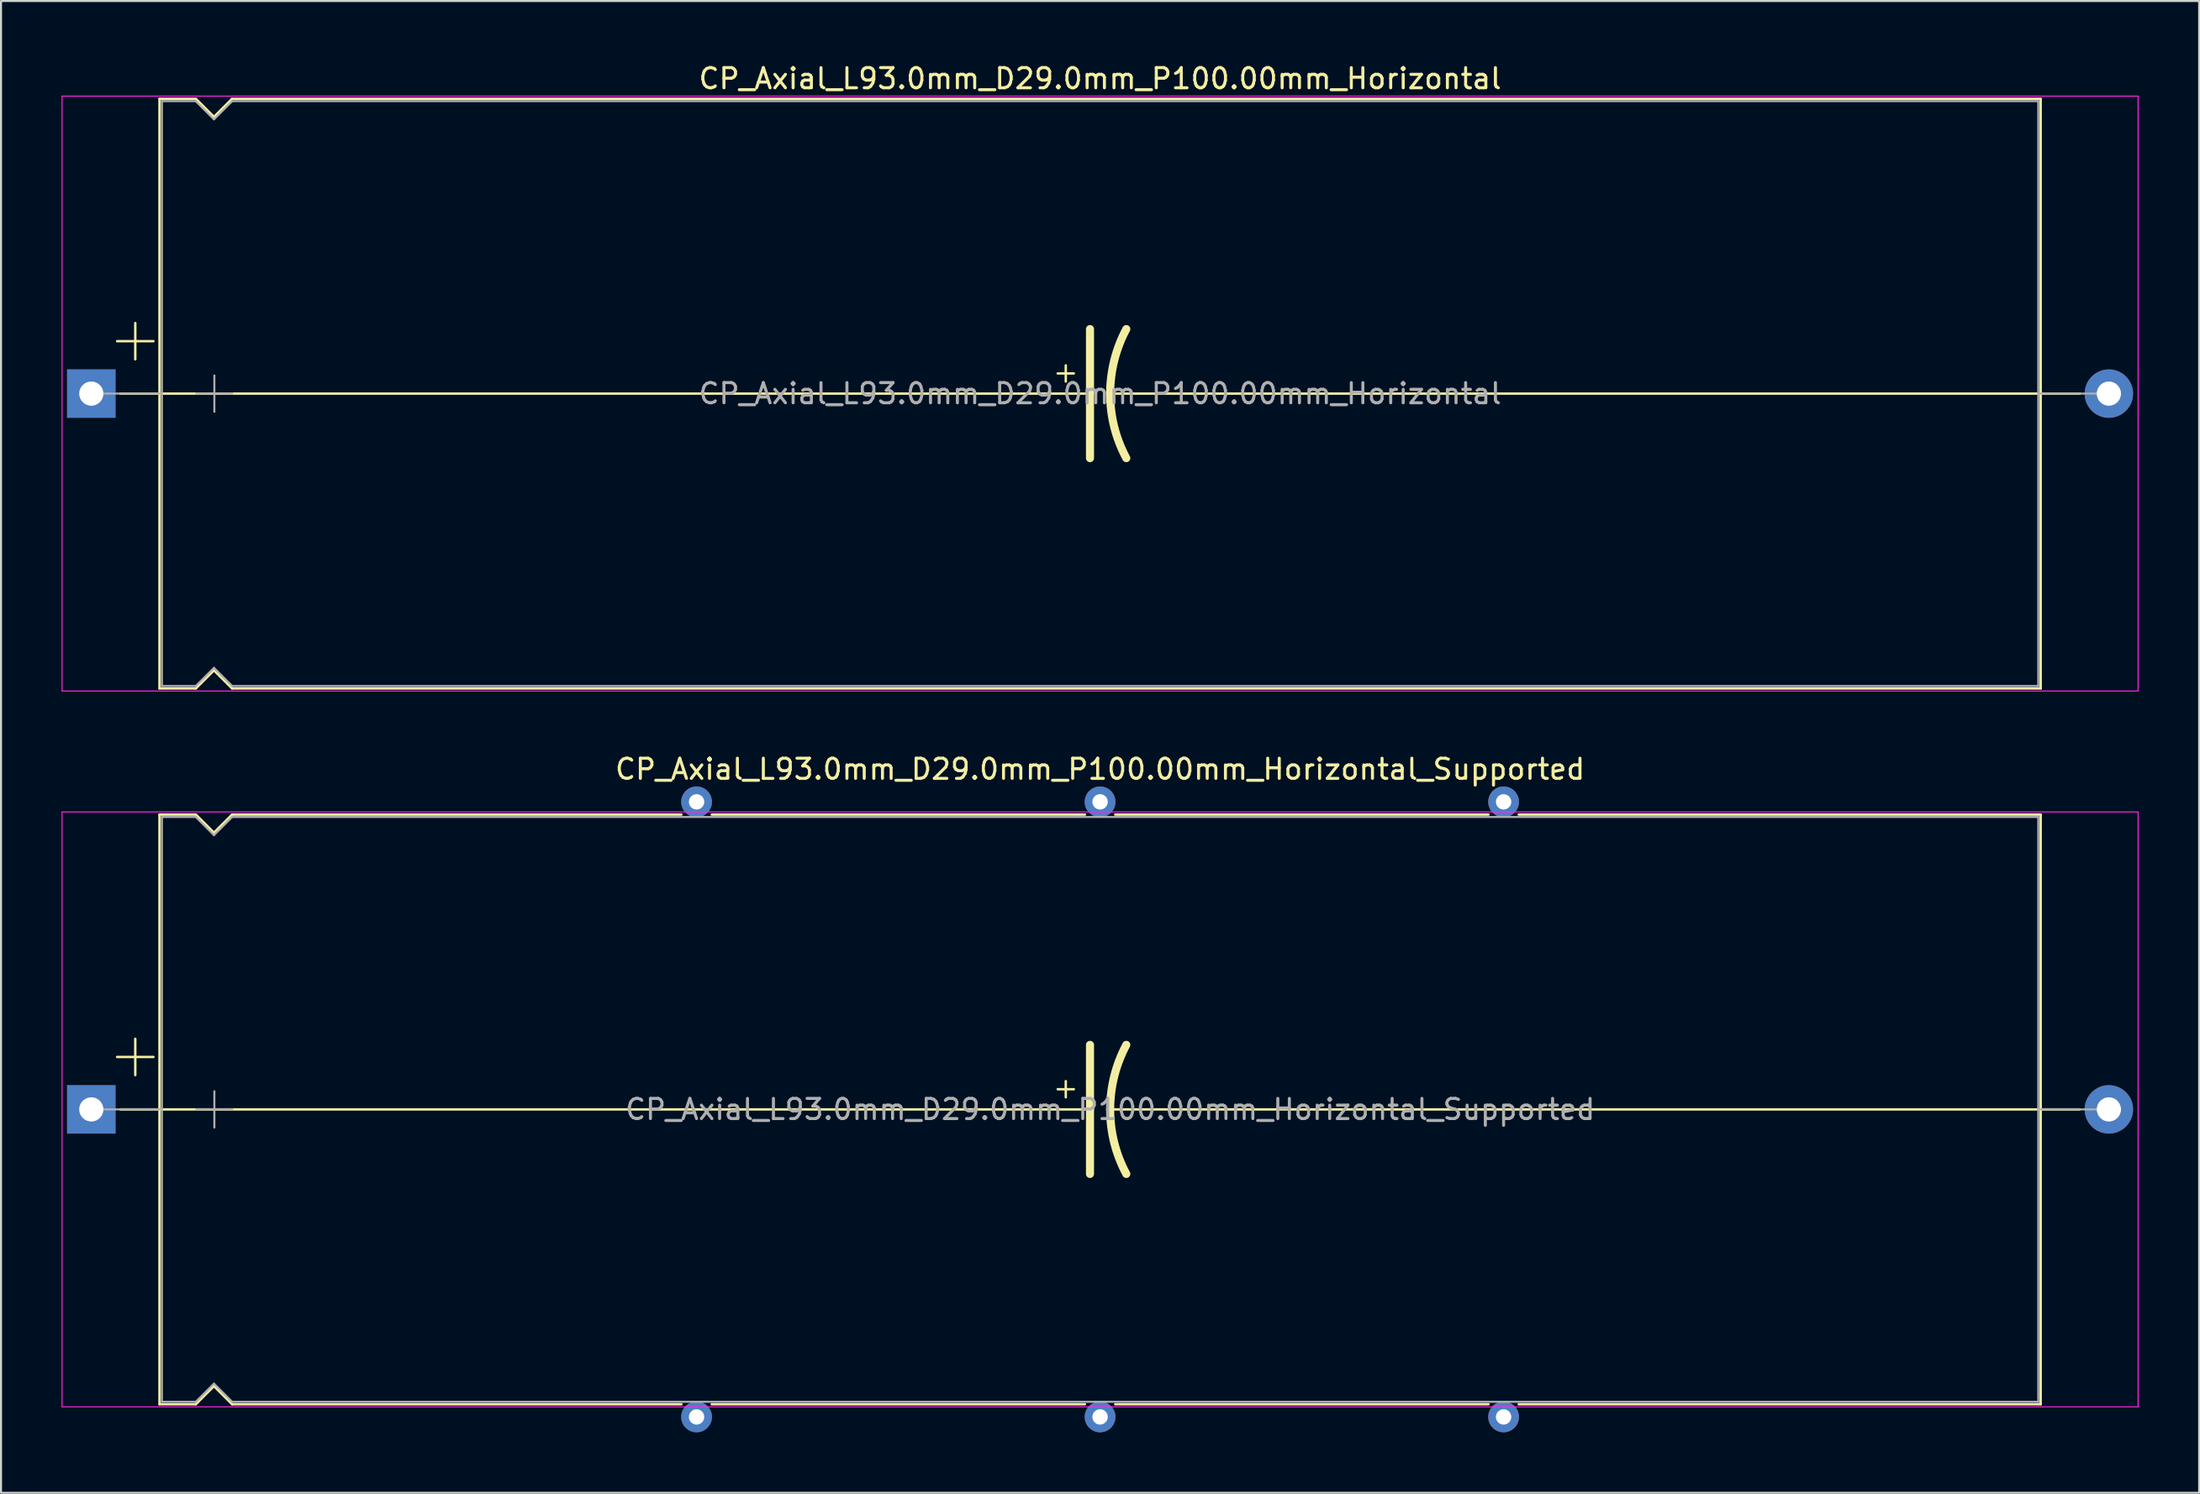
<source format=kicad_pcb>
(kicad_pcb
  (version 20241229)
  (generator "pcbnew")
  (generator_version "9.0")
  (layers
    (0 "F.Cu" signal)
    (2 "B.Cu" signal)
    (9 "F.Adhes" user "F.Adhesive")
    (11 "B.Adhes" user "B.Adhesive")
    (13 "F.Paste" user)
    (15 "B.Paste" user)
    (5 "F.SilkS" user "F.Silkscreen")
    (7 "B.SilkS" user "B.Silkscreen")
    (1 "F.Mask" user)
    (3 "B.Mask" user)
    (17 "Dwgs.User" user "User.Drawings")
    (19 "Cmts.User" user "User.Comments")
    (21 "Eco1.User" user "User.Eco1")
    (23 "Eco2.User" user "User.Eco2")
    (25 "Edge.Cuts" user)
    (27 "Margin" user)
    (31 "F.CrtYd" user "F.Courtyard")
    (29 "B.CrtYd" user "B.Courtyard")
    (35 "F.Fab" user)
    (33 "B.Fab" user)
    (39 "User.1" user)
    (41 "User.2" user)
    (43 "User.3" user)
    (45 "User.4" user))
  (footprint "CP_Axial_L93.0mm_D29.0mm_P100.00mm_Horizontal"
    (layer "F.Cu")
    (at 1.475 16.468)
    (property "Reference" "CP_Axial_L93.0mm_D29.0mm_P100.00mm_Horizontal" (at 50 -15.62 0) (layer "F.SilkS") (effects (font (size 1 1) (thickness 0.15))))
    (attr through_hole)
    (fp_line (start 1.28 -2.6) (end 3.08 -2.6) (stroke (width 0.12) (type solid)) (layer "F.SilkS"))
    (fp_line (start 1.44 0) (end 3.38 0) (stroke (width 0.12) (type solid)) (layer "F.SilkS"))
    (fp_line (start 2.18 -3.5) (end 2.18 -1.7) (stroke (width 0.12) (type solid)) (layer "F.SilkS"))
    (fp_line (start 3.38 -14.62) (end 3.38 14.62) (stroke (width 0.12) (type solid)) (layer "F.SilkS"))
    (fp_line (start 3.38 -14.62) (end 5.18 -14.62) (stroke (width 0.12) (type solid)) (layer "F.SilkS"))
    (fp_line (start 3.38 0) (end 49.5 0) (stroke (width 0.12) (type solid)) (layer "F.SilkS"))
    (fp_line (start 3.38 14.62) (end 5.18 14.62) (stroke (width 0.12) (type solid)) (layer "F.SilkS"))
    (fp_line (start 5.18 -14.62) (end 6.08 -13.72) (stroke (width 0.12) (type solid)) (layer "F.SilkS"))
    (fp_line (start 5.18 14.62) (end 6.08 13.72) (stroke (width 0.12) (type solid)) (layer "F.SilkS"))
    (fp_line (start 6.08 -13.72) (end 6.98 -14.62) (stroke (width 0.12) (type solid)) (layer "F.SilkS"))
    (fp_line (start 6.08 13.72) (end 6.98 14.62) (stroke (width 0.12) (type solid)) (layer "F.SilkS"))
    (fp_line (start 6.98 -14.62) (end 96.62 -14.62) (stroke (width 0.12) (type solid)) (layer "F.SilkS"))
    (fp_line (start 6.98 14.62) (end 96.62 14.62) (stroke (width 0.12) (type solid)) (layer "F.SilkS"))
    (fp_line (start 47.9 -1) (end 48.7 -1) (stroke (width 0.12) (type solid)) (layer "F.SilkS"))
    (fp_line (start 48.3 -1.4) (end 48.3 -0.6) (stroke (width 0.12) (type solid)) (layer "F.SilkS"))
    (fp_line (start 49.5 0) (end 49.5 -3.2) (stroke (width 0.4) (type solid)) (layer "F.SilkS"))
    (fp_line (start 49.5 0) (end 49.5 3.2) (stroke (width 0.4) (type solid)) (layer "F.SilkS"))
    (fp_line (start 96.62 -14.62) (end 96.62 14.62) (stroke (width 0.12) (type solid)) (layer "F.SilkS"))
    (fp_line (start 96.62 0) (end 50.5 0) (stroke (width 0.12) (type solid)) (layer "F.SilkS"))
    (fp_line (start 98.56 0) (end 96.62 0) (stroke (width 0.12) (type solid)) (layer "F.SilkS"))
    (fp_arc (start 50.5 0) (mid 50.703546 -1.649113) (end 51.3 -3.2) (stroke (width 0.4) (type solid)) (layer "F.SilkS"))
    (fp_arc (start 51.3 3.2) (mid 50.700708 1.649824) (end 50.5 0) (stroke (width 0.4) (type solid)) (layer "F.SilkS"))
    (fp_line (start -1.45 -14.75) (end -1.45 14.75) (stroke (width 0.05) (type solid)) (layer "F.CrtYd"))
    (fp_line (start -1.45 14.75) (end 101.45 14.75) (stroke (width 0.05) (type solid)) (layer "F.CrtYd"))
    (fp_line (start 101.45 -14.75) (end -1.45 -14.75) (stroke (width 0.05) (type solid)) (layer "F.CrtYd"))
    (fp_line (start 101.45 14.75) (end 101.45 -14.75) (stroke (width 0.05) (type solid)) (layer "F.CrtYd"))
    (fp_line (start 0 0) (end 3.5 0) (stroke (width 0.1) (type solid)) (layer "F.Fab"))
    (fp_line (start 3.5 -14.5) (end 3.5 14.5) (stroke (width 0.1) (type solid)) (layer "F.Fab"))
    (fp_line (start 3.5 -14.5) (end 5.18 -14.5) (stroke (width 0.1) (type solid)) (layer "F.Fab"))
    (fp_line (start 3.5 14.5) (end 5.18 14.5) (stroke (width 0.1) (type solid)) (layer "F.Fab"))
    (fp_line (start 5.18 -14.5) (end 6.08 -13.6) (stroke (width 0.1) (type solid)) (layer "F.Fab"))
    (fp_line (start 5.18 14.5) (end 6.08 13.6) (stroke (width 0.1) (type solid)) (layer "F.Fab"))
    (fp_line (start 5.2 0) (end 7 0) (stroke (width 0.1) (type solid)) (layer "F.Fab"))
    (fp_line (start 6.08 -13.6) (end 6.98 -14.5) (stroke (width 0.1) (type solid)) (layer "F.Fab"))
    (fp_line (start 6.08 13.6) (end 6.98 14.5) (stroke (width 0.1) (type solid)) (layer "F.Fab"))
    (fp_line (start 6.1 -0.9) (end 6.1 0.9) (stroke (width 0.1) (type solid)) (layer "F.Fab"))
    (fp_line (start 6.98 -14.5) (end 96.5 -14.5) (stroke (width 0.1) (type solid)) (layer "F.Fab"))
    (fp_line (start 6.98 14.5) (end 96.5 14.5) (stroke (width 0.1) (type solid)) (layer "F.Fab"))
    (fp_line (start 96.5 -14.5) (end 96.5 14.5) (stroke (width 0.1) (type solid)) (layer "F.Fab"))
    (fp_line (start 100 0) (end 96.5 0) (stroke (width 0.1) (type solid)) (layer "F.Fab"))
    (fp_text user "${REFERENCE}" (at 50 0 0) (layer "F.Fab") (effects (font (size 1 1) (thickness 0.15))))
    (pad "1" thru_hole rect (at 0 0) (size 2.4 2.4) (drill 1.2) (layers "*.Cu" "*.Mask"))
    (pad "2" thru_hole oval (at 100 0) (size 2.4 2.4) (drill 1.2) (layers "*.Cu" "*.Mask")))
  (footprint "CP_Axial_L93.0mm_D29.0mm_P100.00mm_Horizontal_Supported"
    (layer "F.Cu")
    (at 1.475 51.962)
    (property "Reference" "CP_Axial_L93.0mm_D29.0mm_P100.00mm_Horizontal_Supported" (at 50 -16.87 0) (layer "F.SilkS") (effects (font (size 1 1) (thickness 0.15))))
    (attr through_hole)
    (fp_line (start 1.28 -2.6) (end 3.08 -2.6) (stroke (width 0.12) (type solid)) (layer "F.SilkS"))
    (fp_line (start 1.44 0) (end 3.38 0) (stroke (width 0.12) (type solid)) (layer "F.SilkS"))
    (fp_line (start 2.18 -3.5) (end 2.18 -1.7) (stroke (width 0.12) (type solid)) (layer "F.SilkS"))
    (fp_line (start 3.38 -14.62) (end 3.38 14.62) (stroke (width 0.12) (type solid)) (layer "F.SilkS"))
    (fp_line (start 3.38 -14.62) (end 5.18 -14.62) (stroke (width 0.12) (type solid)) (layer "F.SilkS"))
    (fp_line (start 3.38 0) (end 49.5 0) (stroke (width 0.12) (type solid)) (layer "F.SilkS"))
    (fp_line (start 3.38 14.62) (end 5.18 14.62) (stroke (width 0.12) (type solid)) (layer "F.SilkS"))
    (fp_line (start 5.18 -14.62) (end 6.08 -13.72) (stroke (width 0.12) (type solid)) (layer "F.SilkS"))
    (fp_line (start 5.18 14.62) (end 6.08 13.72) (stroke (width 0.12) (type solid)) (layer "F.SilkS"))
    (fp_line (start 6.08 -13.72) (end 6.98 -14.62) (stroke (width 0.12) (type solid)) (layer "F.SilkS"))
    (fp_line (start 6.08 13.72) (end 6.98 14.62) (stroke (width 0.12) (type solid)) (layer "F.SilkS"))
    (fp_line (start 6.98 -14.62) (end 29.25 -14.62) (stroke (width 0.12) (type solid)) (layer "F.SilkS"))
    (fp_line (start 6.98 14.62) (end 29.25 14.62) (stroke (width 0.12) (type solid)) (layer "F.SilkS"))
    (fp_line (start 30.75 -14.62) (end 49.25 -14.62) (stroke (width 0.12) (type solid)) (layer "F.SilkS"))
    (fp_line (start 30.75 14.62) (end 49.25 14.62) (stroke (width 0.12) (type solid)) (layer "F.SilkS"))
    (fp_line (start 47.9 -1) (end 48.7 -1) (stroke (width 0.12) (type solid)) (layer "F.SilkS"))
    (fp_line (start 48.3 -1.4) (end 48.3 -0.6) (stroke (width 0.12) (type solid)) (layer "F.SilkS"))
    (fp_line (start 49.5 0) (end 49.5 -3.2) (stroke (width 0.4) (type solid)) (layer "F.SilkS"))
    (fp_line (start 49.5 0) (end 49.5 3.2) (stroke (width 0.4) (type solid)) (layer "F.SilkS"))
    (fp_line (start 50.75 -14.62) (end 69.25 -14.62) (stroke (width 0.12) (type solid)) (layer "F.SilkS"))
    (fp_line (start 50.75 14.62) (end 69.25 14.62) (stroke (width 0.12) (type solid)) (layer "F.SilkS"))
    (fp_line (start 70.75 -14.62) (end 96.62 -14.62) (stroke (width 0.12) (type solid)) (layer "F.SilkS"))
    (fp_line (start 70.75 14.62) (end 96.62 14.62) (stroke (width 0.12) (type solid)) (layer "F.SilkS"))
    (fp_line (start 96.62 -14.62) (end 96.62 14.62) (stroke (width 0.12) (type solid)) (layer "F.SilkS"))
    (fp_line (start 96.62 0) (end 50.5 0) (stroke (width 0.12) (type solid)) (layer "F.SilkS"))
    (fp_line (start 98.56 0) (end 96.62 0) (stroke (width 0.12) (type solid)) (layer "F.SilkS"))
    (fp_arc (start 50.5 0) (mid 50.703546 -1.649113) (end 51.3 -3.2) (stroke (width 0.4) (type solid)) (layer "F.SilkS"))
    (fp_arc (start 51.3 3.2) (mid 50.700708 1.649824) (end 50.5 0) (stroke (width 0.4) (type solid)) (layer "F.SilkS"))
    (fp_line (start -1.45 -14.75) (end -1.45 14.75) (stroke (width 0.05) (type solid)) (layer "F.CrtYd"))
    (fp_line (start -1.45 14.75) (end 101.45 14.75) (stroke (width 0.05) (type solid)) (layer "F.CrtYd"))
    (fp_line (start 101.45 -14.75) (end -1.45 -14.75) (stroke (width 0.05) (type solid)) (layer "F.CrtYd"))
    (fp_line (start 101.45 14.75) (end 101.45 -14.75) (stroke (width 0.05) (type solid)) (layer "F.CrtYd"))
    (fp_line (start 0 0) (end 3.5 0) (stroke (width 0.1) (type solid)) (layer "F.Fab"))
    (fp_line (start 3.5 -14.5) (end 3.5 14.5) (stroke (width 0.1) (type solid)) (layer "F.Fab"))
    (fp_line (start 3.5 -14.5) (end 5.18 -14.5) (stroke (width 0.1) (type solid)) (layer "F.Fab"))
    (fp_line (start 3.5 14.5) (end 5.18 14.5) (stroke (width 0.1) (type solid)) (layer "F.Fab"))
    (fp_line (start 5.18 -14.5) (end 6.08 -13.6) (stroke (width 0.1) (type solid)) (layer "F.Fab"))
    (fp_line (start 5.18 14.5) (end 6.08 13.6) (stroke (width 0.1) (type solid)) (layer "F.Fab"))
    (fp_line (start 5.2 0) (end 7 0) (stroke (width 0.1) (type solid)) (layer "F.Fab"))
    (fp_line (start 6.08 -13.6) (end 6.98 -14.5) (stroke (width 0.1) (type solid)) (layer "F.Fab"))
    (fp_line (start 6.08 13.6) (end 6.98 14.5) (stroke (width 0.1) (type solid)) (layer "F.Fab"))
    (fp_line (start 6.1 -0.9) (end 6.1 0.9) (stroke (width 0.1) (type solid)) (layer "F.Fab"))
    (fp_line (start 6.98 -14.5) (end 96.5 -14.5) (stroke (width 0.1) (type solid)) (layer "F.Fab"))
    (fp_line (start 6.98 14.5) (end 96.5 14.5) (stroke (width 0.1) (type solid)) (layer "F.Fab"))
    (fp_line (start 96.5 -14.5) (end 96.5 14.5) (stroke (width 0.1) (type solid)) (layer "F.Fab"))
    (fp_line (start 100 0) (end 96.5 0) (stroke (width 0.1) (type solid)) (layer "F.Fab"))
    (fp_text user "${REFERENCE}" (at 50.5 0 0) (layer "F.Fab") (effects (font (size 1 1) (thickness 0.15))))
    (pad "" thru_hole circle (at 30 -15.25) (size 1.524 1.524) (drill 0.762) (layers "*.Cu" "*.Mask"))
    (pad "" thru_hole circle (at 30 15.25) (size 1.524 1.524) (drill 0.762) (layers "*.Cu" "*.Mask"))
    (pad "" thru_hole circle (at 50 -15.25) (size 1.524 1.524) (drill 0.762) (layers "*.Cu" "*.Mask"))
    (pad "" thru_hole circle (at 50 15.25) (size 1.524 1.524) (drill 0.762) (layers "*.Cu" "*.Mask"))
    (pad "" thru_hole circle (at 70 -15.25) (size 1.524 1.524) (drill 0.762) (layers "*.Cu" "*.Mask"))
    (pad "" thru_hole circle (at 70 15.25) (size 1.524 1.524) (drill 0.762) (layers "*.Cu" "*.Mask"))
    (pad "1" thru_hole rect (at 0 0) (size 2.4 2.4) (drill 1.2) (layers "*.Cu" "*.Mask"))
    (pad "2" thru_hole oval (at 100 0) (size 2.4 2.4) (drill 1.2) (layers "*.Cu" "*.Mask")))
  (gr_rect
    (start -3 -3)
    (end 105.95 70.974)
    (stroke (width 0.1) (type default))
    (fill no)
    (layer "Edge.Cuts")))
</source>
